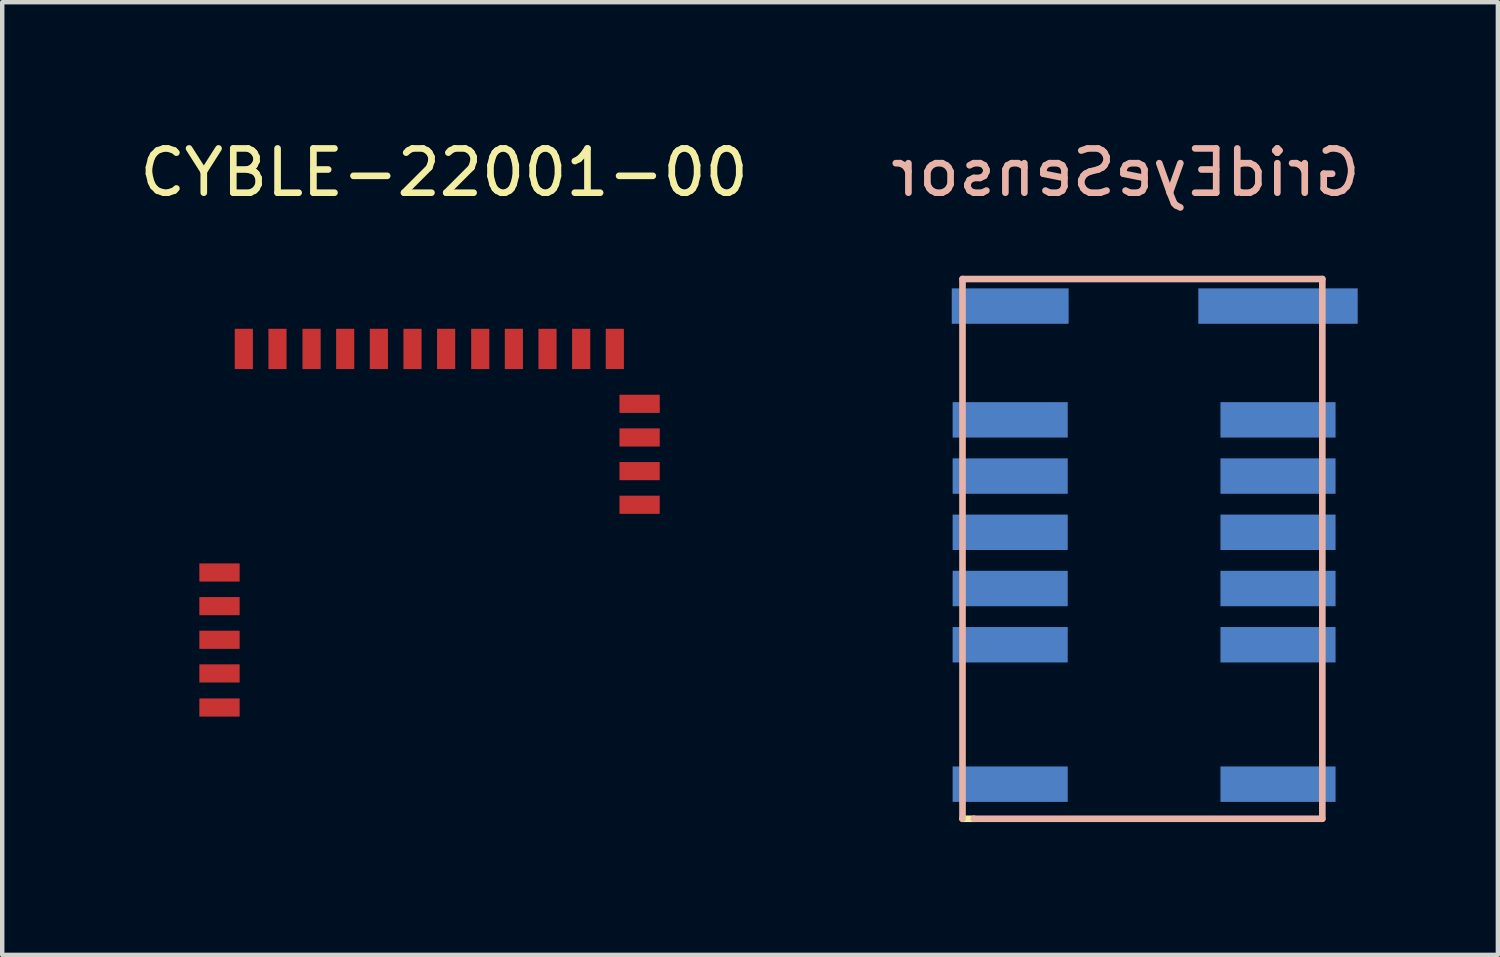
<source format=kicad_pcb>
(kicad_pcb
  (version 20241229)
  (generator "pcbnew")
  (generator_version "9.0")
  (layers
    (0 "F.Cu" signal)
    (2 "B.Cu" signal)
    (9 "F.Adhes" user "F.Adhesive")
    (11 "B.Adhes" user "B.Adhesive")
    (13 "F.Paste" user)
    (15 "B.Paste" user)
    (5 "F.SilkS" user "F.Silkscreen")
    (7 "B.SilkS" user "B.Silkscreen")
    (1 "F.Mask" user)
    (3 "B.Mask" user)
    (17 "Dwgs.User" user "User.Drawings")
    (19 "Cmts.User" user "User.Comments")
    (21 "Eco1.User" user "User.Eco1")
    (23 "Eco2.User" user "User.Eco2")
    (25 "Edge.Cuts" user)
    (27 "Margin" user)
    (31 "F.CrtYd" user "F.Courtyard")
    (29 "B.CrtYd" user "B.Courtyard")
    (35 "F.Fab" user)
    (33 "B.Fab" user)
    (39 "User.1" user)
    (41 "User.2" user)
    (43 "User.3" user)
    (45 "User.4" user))
  (footprint "GridEyeSensor"
    (layer "F.Cu")
    (at 18.692 3.507)
    (property "Reference" "GridEyeSensor" (at 3.683 -2.659 0) (layer "B.SilkS") (effects (font (size 1 1) (thickness 0.15)) (justify mirror)))
    (attr through_hole)
    (fp_line (start 0 11.938) (end 0.254 11.938) (stroke (width 0.15) (type solid)) (layer "F.SilkS"))
    (fp_line (start 0 -0.254) (end 0 11.938) (stroke (width 0.15) (type solid)) (layer "B.SilkS"))
    (fp_line (start 0.254 11.938) (end 8.128 11.938) (stroke (width 0.15) (type solid)) (layer "B.SilkS"))
    (fp_line (start 8.128 -0.254) (end 0 -0.254) (stroke (width 0.15) (type solid)) (layer "B.SilkS"))
    (fp_line (start 8.128 11.938) (end 8.128 -0.254) (stroke (width 0.15) (type solid)) (layer "B.SilkS"))
    (pad "1" smd rect (at 7.127 0.357) (size 3.6 0.8) (layers "B.Cu" "B.Mask" "B.Paste"))
    (pad "2" smd rect (at 7.127 2.927) (size 2.6 0.8) (layers "B.Cu" "B.Mask" "B.Paste"))
    (pad "3" smd rect (at 7.127 4.197) (size 2.6 0.8) (layers "B.Cu" "B.Mask" "B.Paste"))
    (pad "4" smd rect (at 7.127 5.467) (size 2.6 0.8) (layers "B.Cu" "B.Mask" "B.Paste"))
    (pad "5" smd rect (at 7.127 6.737) (size 2.6 0.8) (layers "B.Cu" "B.Mask" "B.Paste"))
    (pad "6" smd rect (at 7.127 8.007) (size 2.6 0.8) (layers "B.Cu" "B.Mask" "B.Paste"))
    (pad "7" smd rect (at 7.127 11.157) (size 2.6 0.8) (layers "B.Cu" "B.Mask" "B.Paste"))
    (pad "8" smd rect (at 1.077 11.157) (size 2.6 0.8) (layers "B.Cu" "B.Mask" "B.Paste"))
    (pad "9" smd rect (at 1.077 8.007) (size 2.6 0.8) (layers "B.Cu" "B.Mask" "B.Paste"))
    (pad "10" smd rect (at 1.077 6.737) (size 2.6 0.8) (layers "B.Cu" "B.Mask" "B.Paste"))
    (pad "11" smd rect (at 1.077 5.467) (size 2.6 0.8) (layers "B.Cu" "B.Mask" "B.Paste"))
    (pad "12" smd rect (at 1.077 4.197) (size 2.6 0.8) (layers "B.Cu" "B.Mask" "B.Paste"))
    (pad "13" smd rect (at 1.077 2.927) (size 2.6 0.8) (layers "B.Cu" "B.Mask" "B.Paste"))
    (pad "14" smd rect (at 1.077 0.357) (size 2.64 0.8) (layers "B.Cu" "B.Mask" "B.Paste")))
  (footprint "CYBLE-22001-00"
    (layer "F.Cu")
    (at 0.378 14.826)
    (property "Reference" "CYBLE-22001-00" (at 6.604 -13.978 0) (layer "F.SilkS") (effects (font (size 1 1) (thickness 0.15))))
    (attr through_hole)
    (pad "1" smd rect (at 1.53 -1.894) (size 0.91 0.41) (layers "F.Cu" "F.Mask" "F.Paste"))
    (pad "2" smd rect (at 1.53 -2.664) (size 0.91 0.41) (layers "F.Cu" "F.Mask" "F.Paste"))
    (pad "3" smd rect (at 1.53 -3.424) (size 0.91 0.41) (layers "F.Cu" "F.Mask" "F.Paste"))
    (pad "4" smd rect (at 1.53 -4.184) (size 0.91 0.41) (layers "F.Cu" "F.Mask" "F.Paste"))
    (pad "5" smd rect (at 1.53 -4.944) (size 0.91 0.41) (layers "F.Cu" "F.Mask" "F.Paste"))
    (pad "6" smd rect (at 2.08 -9.994) (size 0.41 0.91) (layers "F.Cu" "F.Mask" "F.Paste"))
    (pad "7" smd rect (at 2.84 -9.994) (size 0.41 0.91) (layers "F.Cu" "F.Mask" "F.Paste"))
    (pad "8" smd rect (at 3.61 -9.994) (size 0.41 0.91) (layers "F.Cu" "F.Mask" "F.Paste"))
    (pad "9" smd rect (at 4.37 -9.994) (size 0.41 0.91) (layers "F.Cu" "F.Mask" "F.Paste"))
    (pad "10" smd rect (at 5.13 -9.994) (size 0.41 0.91) (layers "F.Cu" "F.Mask" "F.Paste"))
    (pad "11" smd rect (at 5.89 -9.994) (size 0.41 0.91) (layers "F.Cu" "F.Mask" "F.Paste"))
    (pad "12" smd rect (at 6.65 -9.994) (size 0.41 0.91) (layers "F.Cu" "F.Mask" "F.Paste"))
    (pad "13" smd rect (at 7.42 -9.994) (size 0.41 0.91) (layers "F.Cu" "F.Mask" "F.Paste"))
    (pad "14" smd rect (at 8.18 -9.994) (size 0.41 0.91) (layers "F.Cu" "F.Mask" "F.Paste"))
    (pad "15" smd rect (at 8.94 -9.994) (size 0.41 0.91) (layers "F.Cu" "F.Mask" "F.Paste"))
    (pad "16" smd rect (at 9.7 -9.994) (size 0.41 0.91) (layers "F.Cu" "F.Mask" "F.Paste"))
    (pad "17" smd rect (at 10.46 -9.994) (size 0.41 0.91) (layers "F.Cu" "F.Mask" "F.Paste"))
    (pad "18" smd rect (at 11.02 -8.754) (size 0.91 0.41) (layers "F.Cu" "F.Mask" "F.Paste"))
    (pad "19" smd rect (at 11.02 -7.994) (size 0.91 0.41) (layers "F.Cu" "F.Mask" "F.Paste"))
    (pad "20" smd rect (at 11.02 -7.234) (size 0.91 0.41) (layers "F.Cu" "F.Mask" "F.Paste"))
    (pad "21" smd rect (at 11.02 -6.474) (size 0.91 0.41) (layers "F.Cu" "F.Mask" "F.Paste")))
  (gr_rect
    (start -3 -3)
    (end 30.786 18.52)
    (stroke (width 0.1) (type default))
    (fill no)
    (layer "Edge.Cuts")))
</source>
